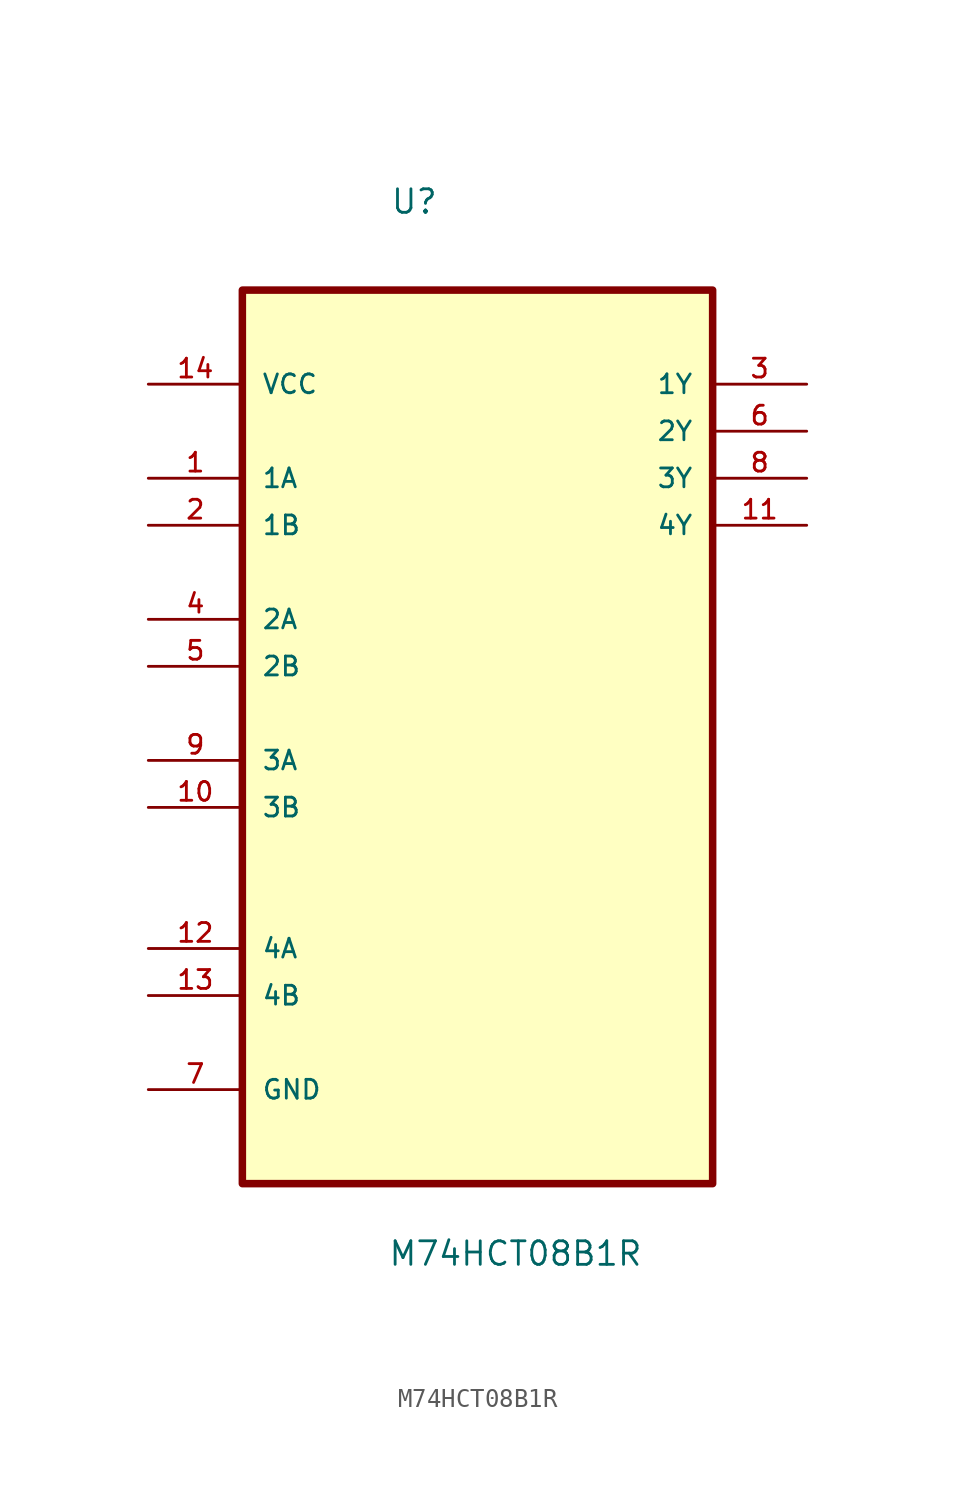
<source format=kicad_sym>
(kicad_symbol_lib
  (version 20211014)
  (generator kicad_symbol_editor)
  (symbol "M74HCT08B1R"
    (pin_names
      (offset 1.016))
    (property "Reference" "U"
      (at -4.724 24.359 0.0)
      (effects (font (size 1.27 1.27)) (justify bottom left)))
    (property "Value" "M74HCT08B1R"
      (at -4.851 -32.461 0.0)
      (effects (font (size 1.27 1.27)) (justify bottom left)))
    (symbol "M74HCT08B1R_0_0"
      (rectangle (start -12.7 -27.94) (end 12.7 20.32) (stroke (width 0.406)) (fill (type background)))
      (pin power_in line (at -17.78 15.24 0) (length 5.08) (name "VCC" (effects (font (size 1.016 1.016)))) (number "14" (effects (font (size 1.016 1.016)))))
      (pin input line (at -17.78 10.16 0) (length 5.08) (name "1A" (effects (font (size 1.016 1.016)))) (number "1" (effects (font (size 1.016 1.016)))))
      (pin input line (at -17.78 7.62 0) (length 5.08) (name "1B" (effects (font (size 1.016 1.016)))) (number "2" (effects (font (size 1.016 1.016)))))
      (pin input line (at -17.78 2.54 0) (length 5.08) (name "2A" (effects (font (size 1.016 1.016)))) (number "4" (effects (font (size 1.016 1.016)))))
      (pin input line (at -17.78 0.0 0) (length 5.08) (name "2B" (effects (font (size 1.016 1.016)))) (number "5" (effects (font (size 1.016 1.016)))))
      (pin input line (at -17.78 -5.08 0) (length 5.08) (name "3A" (effects (font (size 1.016 1.016)))) (number "9" (effects (font (size 1.016 1.016)))))
      (pin input line (at -17.78 -7.62 0) (length 5.08) (name "3B" (effects (font (size 1.016 1.016)))) (number "10" (effects (font (size 1.016 1.016)))))
      (pin input line (at -17.78 -15.24 0) (length 5.08) (name "4A" (effects (font (size 1.016 1.016)))) (number "12" (effects (font (size 1.016 1.016)))))
      (pin input line (at -17.78 -17.78 0) (length 5.08) (name "4B" (effects (font (size 1.016 1.016)))) (number "13" (effects (font (size 1.016 1.016)))))
      (pin passive line (at -17.78 -22.86 0) (length 5.08) (name "GND" (effects (font (size 1.016 1.016)))) (number "7" (effects (font (size 1.016 1.016)))))
      (pin output line (at 17.78 15.24 180.0) (length 5.08) (name "1Y" (effects (font (size 1.016 1.016)))) (number "3" (effects (font (size 1.016 1.016)))))
      (pin output line (at 17.78 12.7 180.0) (length 5.08) (name "2Y" (effects (font (size 1.016 1.016)))) (number "6" (effects (font (size 1.016 1.016)))))
      (pin output line (at 17.78 10.16 180.0) (length 5.08) (name "3Y" (effects (font (size 1.016 1.016)))) (number "8" (effects (font (size 1.016 1.016)))))
      (pin output line (at 17.78 7.62 180.0) (length 5.08) (name "4Y" (effects (font (size 1.016 1.016)))) (number "11" (effects (font (size 1.016 1.016))))))))
</source>
